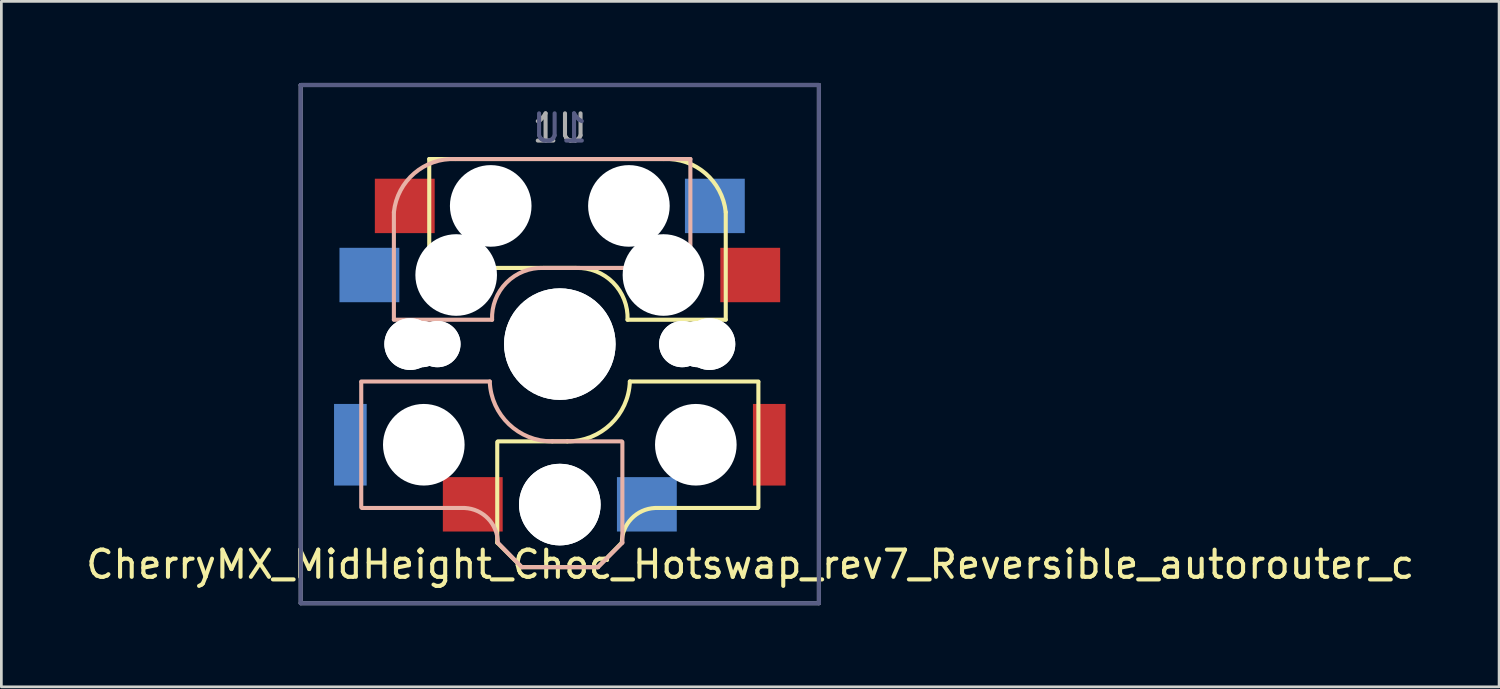
<source format=kicad_pcb>
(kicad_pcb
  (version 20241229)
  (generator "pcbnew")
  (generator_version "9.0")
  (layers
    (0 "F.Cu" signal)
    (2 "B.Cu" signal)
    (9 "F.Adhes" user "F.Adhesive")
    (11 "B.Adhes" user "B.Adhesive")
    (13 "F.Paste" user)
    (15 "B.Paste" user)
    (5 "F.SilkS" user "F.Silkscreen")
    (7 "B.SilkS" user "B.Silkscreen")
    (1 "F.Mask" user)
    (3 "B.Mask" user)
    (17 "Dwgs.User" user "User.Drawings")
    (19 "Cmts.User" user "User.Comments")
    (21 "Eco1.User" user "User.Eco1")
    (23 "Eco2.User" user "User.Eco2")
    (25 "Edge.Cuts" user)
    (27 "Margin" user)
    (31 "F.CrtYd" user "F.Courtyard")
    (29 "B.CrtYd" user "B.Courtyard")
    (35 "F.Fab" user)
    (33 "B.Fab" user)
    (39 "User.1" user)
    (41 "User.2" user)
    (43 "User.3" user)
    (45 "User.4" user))
  (footprint "CherryMX_MidHeight_Choc_Hotswap_rev7_Reversible_autorouter_c"
    (layer "F.Cu")
    (at 17.53 9.6)
    (property "Reference" "CherryMX_MidHeight_Choc_Hotswap_rev7_Reversible_autorouter_c" (at 7 8.1 0) (layer "F.SilkS") (effects (font (size 1 1) (thickness 0.15))))
    (fp_line (start -4.8 -6.804) (end 3.825 -6.804) (stroke (width 0.15) (type solid)) (layer "F.SilkS"))
    (fp_line (start -4.8 -2.8) (end -4.8 -6.804) (stroke (width 0.15) (type solid)) (layer "F.SilkS"))
    (fp_line (start -4.8 -2.8) (end 0.6 -2.8) (stroke (width 0.15) (type solid)) (layer "F.SilkS"))
    (fp_line (start -2.3 3.6) (end -2.3 7.3) (stroke (width 0.15) (type solid)) (layer "F.SilkS"))
    (fp_line (start -2.3 7.3) (end -1.4 8.2) (stroke (width 0.15) (type solid)) (layer "F.SilkS"))
    (fp_line (start -2.275 3.575) (end 0.275 3.575) (stroke (width 0.15) (type solid)) (layer "F.SilkS"))
    (fp_line (start -1.4 8.2) (end 1.4 8.2) (stroke (width 0.15) (type solid)) (layer "F.SilkS"))
    (fp_line (start 2.28 7.3) (end 1.4 8.2) (stroke (width 0.15) (type solid)) (layer "F.SilkS"))
    (fp_line (start 2.575 1.375) (end 7.3 1.375) (stroke (width 0.15) (type solid)) (layer "F.SilkS"))
    (fp_line (start 3.5 6.025) (end 7.275 6.025) (stroke (width 0.15) (type solid)) (layer "F.SilkS"))
    (fp_line (start 6.1 -4.85) (end 6.1 -0.905) (stroke (width 0.15) (type solid)) (layer "F.SilkS"))
    (fp_line (start 6.1 -0.896) (end 2.49 -0.896) (stroke (width 0.15) (type solid)) (layer "F.SilkS"))
    (fp_line (start 7.3 1.4) (end 7.3 6) (stroke (width 0.15) (type solid)) (layer "F.SilkS"))
    (fp_arc (start 0.6 -2.8) (mid 1.960305 -2.260251) (end 2.49 -0.896) (stroke (width 0.15) (type solid)) (layer "F.SilkS"))
    (fp_arc (start 2.28 7.3) (mid 2.633993 6.417536) (end 3.5 6.025) (stroke (width 0.15) (type solid)) (layer "F.SilkS"))
    (fp_arc (start 2.575 1.375) (mid 1.872559 2.942903) (end 0.275 3.575) (stroke (width 0.15) (type solid)) (layer "F.SilkS"))
    (fp_arc (start 3.825 -6.804) (mid 5.3507 -6.278973) (end 6.1 -4.85) (stroke (width 0.15) (type solid)) (layer "F.SilkS"))
    (fp_line (start -7.3 1.4) (end -7.3 6) (stroke (width 0.15) (type solid)) (layer "B.SilkS"))
    (fp_line (start -6.1 -4.85) (end -6.1 -0.905) (stroke (width 0.15) (type solid)) (layer "B.SilkS"))
    (fp_line (start -6.1 -0.896) (end -2.49 -0.896) (stroke (width 0.15) (type solid)) (layer "B.SilkS"))
    (fp_line (start -3.5 6.025) (end -7.275 6.025) (stroke (width 0.15) (type solid)) (layer "B.SilkS"))
    (fp_line (start -2.575 1.375) (end -7.3 1.375) (stroke (width 0.15) (type solid)) (layer "B.SilkS"))
    (fp_line (start -2.28 7.3) (end -1.4 8.2) (stroke (width 0.15) (type solid)) (layer "B.SilkS"))
    (fp_line (start 1.4 8.2) (end -1.4 8.2) (stroke (width 0.15) (type solid)) (layer "B.SilkS"))
    (fp_line (start 2.275 3.575) (end -0.275 3.575) (stroke (width 0.15) (type solid)) (layer "B.SilkS"))
    (fp_line (start 2.3 3.6) (end 2.3 7.3) (stroke (width 0.15) (type solid)) (layer "B.SilkS"))
    (fp_line (start 2.3 7.3) (end 1.4 8.2) (stroke (width 0.15) (type solid)) (layer "B.SilkS"))
    (fp_line (start 4.8 -6.804) (end -3.825 -6.804) (stroke (width 0.15) (type solid)) (layer "B.SilkS"))
    (fp_line (start 4.8 -2.8) (end -0.6 -2.8) (stroke (width 0.15) (type solid)) (layer "B.SilkS"))
    (fp_line (start 4.8 -2.8) (end 4.8 -6.804) (stroke (width 0.15) (type solid)) (layer "B.SilkS"))
    (fp_arc (start -6.1 -4.85) (mid -5.3507 -6.278973) (end -3.825 -6.804) (stroke (width 0.15) (type solid)) (layer "B.SilkS"))
    (fp_arc (start -3.5 6.025) (mid -2.633993 6.417536) (end -2.28 7.3) (stroke (width 0.15) (type solid)) (layer "B.SilkS"))
    (fp_arc (start -2.49 -0.896) (mid -1.960305 -2.260251) (end -0.6 -2.8) (stroke (width 0.15) (type solid)) (layer "B.SilkS"))
    (fp_arc (start -0.275 3.575) (mid -1.872559 2.942903) (end -2.575 1.375) (stroke (width 0.15) (type solid)) (layer "B.SilkS"))
    (fp_line (start -9.525 -9.525) (end -9.525 9.525) (stroke (width 0.15) (type solid)) (layer "B.Fab"))
    (fp_line (start -9.525 9.525) (end 9.525 9.525) (stroke (width 0.15) (type solid)) (layer "B.Fab"))
    (fp_line (start 9.525 -9.525) (end -9.525 -9.525) (stroke (width 0.15) (type solid)) (layer "B.Fab"))
    (fp_line (start 9.525 9.525) (end 9.525 -9.525) (stroke (width 0.15) (type solid)) (layer "B.Fab"))
    (fp_line (start -9.525 -9.525) (end 9.525 -9.525) (stroke (width 0.15) (type solid)) (layer "F.Fab"))
    (fp_line (start -9.525 9.525) (end -9.525 -9.525) (stroke (width 0.15) (type solid)) (layer "F.Fab"))
    (fp_line (start 9.525 -9.525) (end 9.525 9.525) (stroke (width 0.15) (type solid)) (layer "F.Fab"))
    (fp_line (start 9.525 9.525) (end -9.525 9.525) (stroke (width 0.15) (type solid)) (layer "F.Fab"))
    (fp_text user "1U" (at 0 -7.938 0) (layer "B.Fab") (effects (font (size 1 1) (thickness 0.15)) (justify mirror)))
    (fp_text user "1U" (at 0 -7.938 0) (layer "F.Fab") (effects (font (size 1 1) (thickness 0.15))))
    (pad "" np_thru_hole circle (at -5.5 0 270) (size 1.9 1.9) (drill 1.9) (layers "*.Cu" "*.Mask"))
    (pad "" np_thru_hole circle (at -5.5 0 90) (size 1.9 1.9) (drill 1.9) (layers "*.Cu" "*.Mask"))
    (pad "" np_thru_hole circle (at -5.08 0) (size 1.7 1.7) (drill 1.7) (layers "*.Cu" "*.Mask"))
    (pad "" np_thru_hole circle (at -5.08 0) (size 1.7 1.7) (drill 1.7) (layers "*.Cu" "*.Mask"))
    (pad "" np_thru_hole circle (at -5 3.7 90) (size 3 3) (drill 3) (layers "*.Cu" "*.Mask"))
    (pad "" np_thru_hole circle (at -4.5 0) (size 1.7 1.7) (drill 1.7) (layers "*.Cu" "*.Mask"))
    (pad "" np_thru_hole circle (at -4.5 0) (size 1.7 1.7) (drill 1.7) (layers "*.Cu" "*.Mask"))
    (pad "" np_thru_hole circle (at -3.81 -2.54 180) (size 3 3) (drill 3) (layers "*.Cu" "*.Mask"))
    (pad "" np_thru_hole circle (at -2.54 -5.08 180) (size 3 3) (drill 3) (layers "*.Cu" "*.Mask"))
    (pad "" np_thru_hole circle (at 0 0 90) (size 4.1 4.1) (drill 4.1) (layers "*.Cu" "*.Mask"))
    (pad "" np_thru_hole circle (at 0 0 270) (size 4.1 4.1) (drill 4.1) (layers "*.Cu" "*.Mask"))
    (pad "" np_thru_hole circle (at 0 5.9 270) (size 3 3) (drill 3) (layers "*.Cu" "*.Mask"))
    (pad "" np_thru_hole circle (at 0 5.9 90) (size 3 3) (drill 3) (layers "*.Cu" "*.Mask"))
    (pad "" np_thru_hole circle (at 2.54 -5.08 180) (size 3 3) (drill 3) (layers "*.Cu" "*.Mask"))
    (pad "" np_thru_hole circle (at 3.81 -2.54 180) (size 3 3) (drill 3) (layers "*.Cu" "*.Mask"))
    (pad "" np_thru_hole circle (at 4.5 0) (size 1.7 1.7) (drill 1.7) (layers "*.Cu" "*.Mask"))
    (pad "" np_thru_hole circle (at 4.5 0) (size 1.7 1.7) (drill 1.7) (layers "*.Cu" "*.Mask"))
    (pad "" np_thru_hole circle (at 5 3.7 270) (size 3 3) (drill 3) (layers "*.Cu" "*.Mask"))
    (pad "" np_thru_hole circle (at 5.08 0) (size 1.7 1.7) (drill 1.7) (layers "*.Cu" "*.Mask"))
    (pad "" np_thru_hole circle (at 5.08 0) (size 1.7 1.7) (drill 1.7) (layers "*.Cu" "*.Mask"))
    (pad "" np_thru_hole circle (at 5.5 0 90) (size 1.9 1.9) (drill 1.9) (layers "*.Cu" "*.Mask"))
    (pad "" np_thru_hole circle (at 5.5 0 270) (size 1.9 1.9) (drill 1.9) (layers "*.Cu" "*.Mask"))
    (pad "1" smd rect (at -7.7 3.7) (size 1.2 3) (layers "B.Cu" "B.Mask" "B.Paste"))
    (pad "1" smd rect (at -7 -2.54) (size 2.2 2) (layers "B.Cu" "B.Mask" "B.Paste"))
    (pad "1" smd rect (at 7 -2.54) (size 2.2 2) (layers "F.Cu" "F.Mask" "F.Paste"))
    (pad "1" smd rect (at 7.7 3.7) (size 1.2 3) (layers "F.Cu" "F.Mask" "F.Paste"))
    (pad "2" smd rect (at -5.7 -5.08) (size 2.2 2) (layers "F.Cu" "F.Mask" "F.Paste"))
    (pad "2" smd rect (at -3.2 5.89) (size 2.2 2) (layers "F.Cu" "F.Mask" "F.Paste"))
    (pad "2" smd rect (at 3.2 5.89) (size 2.2 2) (layers "B.Cu" "B.Mask" "B.Paste"))
    (pad "2" smd rect (at 5.7 -5.08) (size 2.2 2) (layers "B.Cu" "B.Mask" "B.Paste")))
  (gr_rect
    (start -3 -3)
    (end 52.06 22.2)
    (stroke (width 0.1) (type default))
    (fill no)
    (layer "Edge.Cuts")))
</source>
